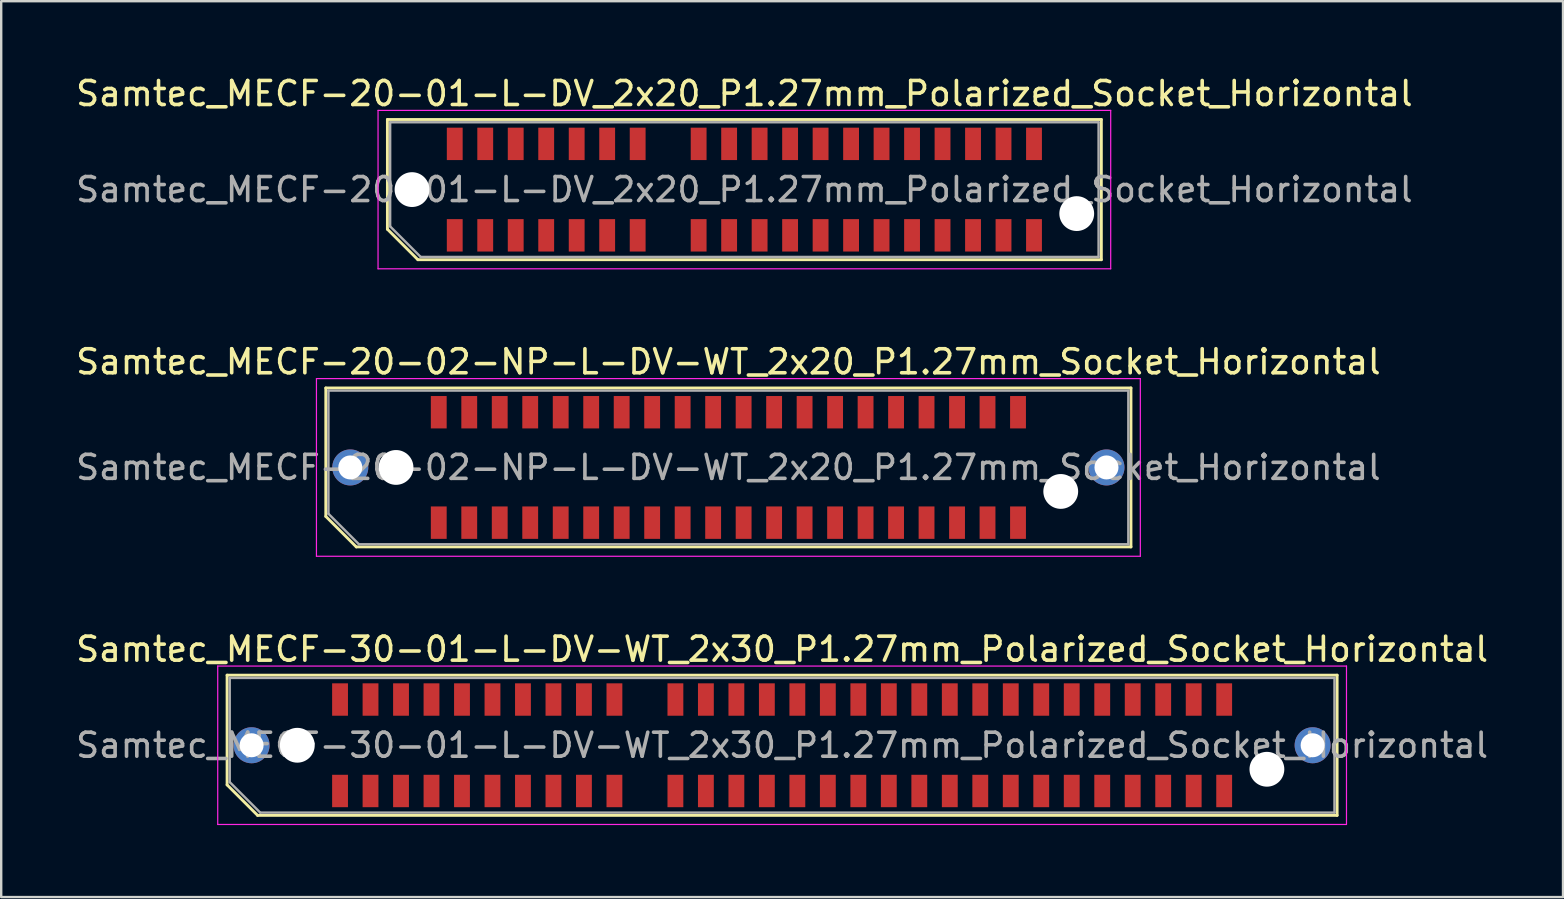
<source format=kicad_pcb>
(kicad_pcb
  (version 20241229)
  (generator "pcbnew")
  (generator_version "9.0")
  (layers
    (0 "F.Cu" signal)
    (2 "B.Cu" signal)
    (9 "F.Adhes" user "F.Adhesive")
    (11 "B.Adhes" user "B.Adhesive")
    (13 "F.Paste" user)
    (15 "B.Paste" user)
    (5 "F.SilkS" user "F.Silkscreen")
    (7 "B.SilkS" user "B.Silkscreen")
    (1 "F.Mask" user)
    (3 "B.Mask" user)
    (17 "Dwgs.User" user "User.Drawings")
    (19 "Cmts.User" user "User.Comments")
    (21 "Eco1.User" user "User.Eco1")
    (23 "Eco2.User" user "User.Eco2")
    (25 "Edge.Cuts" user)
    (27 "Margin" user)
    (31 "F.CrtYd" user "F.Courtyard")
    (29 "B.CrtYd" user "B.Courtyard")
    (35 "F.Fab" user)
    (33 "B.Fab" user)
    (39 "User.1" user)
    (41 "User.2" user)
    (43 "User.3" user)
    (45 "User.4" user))
  (footprint "Samtec_MECF-30-01-L-DV-WT_2x30_P1.27mm_Polarized_Socket_Horizontal"
    (layer "F.Cu")
    (at 29.53 27.995)
    (property "Reference" "Samtec_MECF-30-01-L-DV-WT_2x30_P1.27mm_Polarized_Socket_Horizontal" (at 0 -4 0) (layer "F.SilkS") (effects (font (size 1 1) (thickness 0.15))))
    (attr smd)
    (fp_line (start -23.12 -2.92) (end 23.12 -2.92) (stroke (width 0.12) (type solid)) (layer "F.SilkS"))
    (fp_line (start -23.12 1.65) (end -23.12 -2.92) (stroke (width 0.12) (type solid)) (layer "F.SilkS"))
    (fp_line (start -21.85 2.92) (end -23.12 1.65) (stroke (width 0.12) (type solid)) (layer "F.SilkS"))
    (fp_line (start -21.85 2.92) (end 23.12 2.92) (stroke (width 0.12) (type solid)) (layer "F.SilkS"))
    (fp_line (start 23.12 2.92) (end 23.12 -2.92) (stroke (width 0.12) (type solid)) (layer "F.SilkS"))
    (fp_line (start -23.51 -3.3) (end -23.51 3.3) (stroke (width 0.05) (type solid)) (layer "F.CrtYd"))
    (fp_line (start -23.51 3.3) (end 23.51 3.3) (stroke (width 0.05) (type solid)) (layer "F.CrtYd"))
    (fp_line (start 23.51 -3.3) (end -23.51 -3.3) (stroke (width 0.05) (type solid)) (layer "F.CrtYd"))
    (fp_line (start 23.51 3.3) (end 23.51 -3.3) (stroke (width 0.05) (type solid)) (layer "F.CrtYd"))
    (fp_line (start -23.01 -2.805) (end 23.01 -2.805) (stroke (width 0.1) (type solid)) (layer "F.Fab"))
    (fp_line (start -23.01 1.535) (end -23.01 -2.805) (stroke (width 0.1) (type solid)) (layer "F.Fab"))
    (fp_line (start -23.01 1.535) (end -21.74 2.805) (stroke (width 0.1) (type solid)) (layer "F.Fab"))
    (fp_line (start -21.74 2.805) (end 23.01 2.805) (stroke (width 0.1) (type solid)) (layer "F.Fab"))
    (fp_line (start 23.01 2.805) (end 23.01 -2.805) (stroke (width 0.1) (type solid)) (layer "F.Fab"))
    (fp_text user "${REFERENCE}" (at 0 0 0) (layer "F.Fab") (effects (font (size 1 1) (thickness 0.15))))
    (pad "" thru_hole circle (at -22.1 0) (size 1.5 1.5) (drill 1) (layers "*.Cu" "*.Mask"))
    (pad "" np_thru_hole circle (at -20.195 0) (size 1.45 1.45) (drill 1.45) (layers "*.Cu" "*.Mask"))
    (pad "" np_thru_hole circle (at 20.195 1) (size 1.45 1.45) (drill 1.45) (layers "*.Cu" "*.Mask"))
    (pad "" thru_hole circle (at 22.1 0) (size 1.5 1.5) (drill 1) (layers "*.Cu" "*.Mask"))
    (pad "1" smd rect (at -18.415 1.905) (size 0.66 1.35) (layers "F.Cu" "F.Mask" "F.Paste"))
    (pad "2" smd rect (at -18.415 -1.905) (size 0.66 1.35) (layers "F.Cu" "F.Mask" "F.Paste"))
    (pad "3" smd rect (at -17.145 1.905) (size 0.66 1.35) (layers "F.Cu" "F.Mask" "F.Paste"))
    (pad "4" smd rect (at -17.145 -1.905) (size 0.66 1.35) (layers "F.Cu" "F.Mask" "F.Paste"))
    (pad "5" smd rect (at -15.875 1.905) (size 0.66 1.35) (layers "F.Cu" "F.Mask" "F.Paste"))
    (pad "6" smd rect (at -15.875 -1.905) (size 0.66 1.35) (layers "F.Cu" "F.Mask" "F.Paste"))
    (pad "7" smd rect (at -14.605 1.905) (size 0.66 1.35) (layers "F.Cu" "F.Mask" "F.Paste"))
    (pad "8" smd rect (at -14.605 -1.905) (size 0.66 1.35) (layers "F.Cu" "F.Mask" "F.Paste"))
    (pad "9" smd rect (at -13.335 1.905) (size 0.66 1.35) (layers "F.Cu" "F.Mask" "F.Paste"))
    (pad "10" smd rect (at -13.335 -1.905) (size 0.66 1.35) (layers "F.Cu" "F.Mask" "F.Paste"))
    (pad "11" smd rect (at -12.065 1.905) (size 0.66 1.35) (layers "F.Cu" "F.Mask" "F.Paste"))
    (pad "12" smd rect (at -12.065 -1.905) (size 0.66 1.35) (layers "F.Cu" "F.Mask" "F.Paste"))
    (pad "13" smd rect (at -10.795 1.905) (size 0.66 1.35) (layers "F.Cu" "F.Mask" "F.Paste"))
    (pad "14" smd rect (at -10.795 -1.905) (size 0.66 1.35) (layers "F.Cu" "F.Mask" "F.Paste"))
    (pad "15" smd rect (at -9.525 1.905) (size 0.66 1.35) (layers "F.Cu" "F.Mask" "F.Paste"))
    (pad "16" smd rect (at -9.525 -1.905) (size 0.66 1.35) (layers "F.Cu" "F.Mask" "F.Paste"))
    (pad "17" smd rect (at -8.255 1.905) (size 0.66 1.35) (layers "F.Cu" "F.Mask" "F.Paste"))
    (pad "18" smd rect (at -8.255 -1.905) (size 0.66 1.35) (layers "F.Cu" "F.Mask" "F.Paste"))
    (pad "19" smd rect (at -6.985 1.905) (size 0.66 1.35) (layers "F.Cu" "F.Mask" "F.Paste"))
    (pad "20" smd rect (at -6.985 -1.905) (size 0.66 1.35) (layers "F.Cu" "F.Mask" "F.Paste"))
    (pad "23" smd rect (at -4.445 1.905) (size 0.66 1.35) (layers "F.Cu" "F.Mask" "F.Paste"))
    (pad "24" smd rect (at -4.445 -1.905) (size 0.66 1.35) (layers "F.Cu" "F.Mask" "F.Paste"))
    (pad "25" smd rect (at -3.175 1.905) (size 0.66 1.35) (layers "F.Cu" "F.Mask" "F.Paste"))
    (pad "26" smd rect (at -3.175 -1.905) (size 0.66 1.35) (layers "F.Cu" "F.Mask" "F.Paste"))
    (pad "27" smd rect (at -1.905 1.905) (size 0.66 1.35) (layers "F.Cu" "F.Mask" "F.Paste"))
    (pad "28" smd rect (at -1.905 -1.905) (size 0.66 1.35) (layers "F.Cu" "F.Mask" "F.Paste"))
    (pad "29" smd rect (at -0.635 1.905) (size 0.66 1.35) (layers "F.Cu" "F.Mask" "F.Paste"))
    (pad "30" smd rect (at -0.635 -1.905) (size 0.66 1.35) (layers "F.Cu" "F.Mask" "F.Paste"))
    (pad "31" smd rect (at 0.635 1.905) (size 0.66 1.35) (layers "F.Cu" "F.Mask" "F.Paste"))
    (pad "32" smd rect (at 0.635 -1.905) (size 0.66 1.35) (layers "F.Cu" "F.Mask" "F.Paste"))
    (pad "33" smd rect (at 1.905 1.905) (size 0.66 1.35) (layers "F.Cu" "F.Mask" "F.Paste"))
    (pad "34" smd rect (at 1.905 -1.905) (size 0.66 1.35) (layers "F.Cu" "F.Mask" "F.Paste"))
    (pad "35" smd rect (at 3.175 1.905) (size 0.66 1.35) (layers "F.Cu" "F.Mask" "F.Paste"))
    (pad "36" smd rect (at 3.175 -1.905) (size 0.66 1.35) (layers "F.Cu" "F.Mask" "F.Paste"))
    (pad "37" smd rect (at 4.445 1.905) (size 0.66 1.35) (layers "F.Cu" "F.Mask" "F.Paste"))
    (pad "38" smd rect (at 4.445 -1.905) (size 0.66 1.35) (layers "F.Cu" "F.Mask" "F.Paste"))
    (pad "39" smd rect (at 5.715 1.905) (size 0.66 1.35) (layers "F.Cu" "F.Mask" "F.Paste"))
    (pad "40" smd rect (at 5.715 -1.905) (size 0.66 1.35) (layers "F.Cu" "F.Mask" "F.Paste"))
    (pad "41" smd rect (at 6.985 1.905) (size 0.66 1.35) (layers "F.Cu" "F.Mask" "F.Paste"))
    (pad "42" smd rect (at 6.985 -1.905) (size 0.66 1.35) (layers "F.Cu" "F.Mask" "F.Paste"))
    (pad "43" smd rect (at 8.255 1.905) (size 0.66 1.35) (layers "F.Cu" "F.Mask" "F.Paste"))
    (pad "44" smd rect (at 8.255 -1.905) (size 0.66 1.35) (layers "F.Cu" "F.Mask" "F.Paste"))
    (pad "45" smd rect (at 9.525 1.905) (size 0.66 1.35) (layers "F.Cu" "F.Mask" "F.Paste"))
    (pad "46" smd rect (at 9.525 -1.905) (size 0.66 1.35) (layers "F.Cu" "F.Mask" "F.Paste"))
    (pad "47" smd rect (at 10.795 1.905) (size 0.66 1.35) (layers "F.Cu" "F.Mask" "F.Paste"))
    (pad "48" smd rect (at 10.795 -1.905) (size 0.66 1.35) (layers "F.Cu" "F.Mask" "F.Paste"))
    (pad "49" smd rect (at 12.065 1.905) (size 0.66 1.35) (layers "F.Cu" "F.Mask" "F.Paste"))
    (pad "50" smd rect (at 12.065 -1.905) (size 0.66 1.35) (layers "F.Cu" "F.Mask" "F.Paste"))
    (pad "51" smd rect (at 13.335 1.905) (size 0.66 1.35) (layers "F.Cu" "F.Mask" "F.Paste"))
    (pad "52" smd rect (at 13.335 -1.905) (size 0.66 1.35) (layers "F.Cu" "F.Mask" "F.Paste"))
    (pad "53" smd rect (at 14.605 1.905) (size 0.66 1.35) (layers "F.Cu" "F.Mask" "F.Paste"))
    (pad "54" smd rect (at 14.605 -1.905) (size 0.66 1.35) (layers "F.Cu" "F.Mask" "F.Paste"))
    (pad "55" smd rect (at 15.875 1.905) (size 0.66 1.35) (layers "F.Cu" "F.Mask" "F.Paste"))
    (pad "56" smd rect (at 15.875 -1.905) (size 0.66 1.35) (layers "F.Cu" "F.Mask" "F.Paste"))
    (pad "57" smd rect (at 17.145 1.905) (size 0.66 1.35) (layers "F.Cu" "F.Mask" "F.Paste"))
    (pad "58" smd rect (at 17.145 -1.905) (size 0.66 1.35) (layers "F.Cu" "F.Mask" "F.Paste"))
    (pad "59" smd rect (at 18.415 1.905) (size 0.66 1.35) (layers "F.Cu" "F.Mask" "F.Paste"))
    (pad "60" smd rect (at 18.415 -1.905) (size 0.66 1.35) (layers "F.Cu" "F.Mask" "F.Paste")))
  (footprint "Samtec_MECF-20-02-NP-L-DV-WT_2x20_P1.27mm_Socket_Horizontal"
    (layer "F.Cu")
    (at 27.292 16.422)
    (property "Reference" "Samtec_MECF-20-02-NP-L-DV-WT_2x20_P1.27mm_Socket_Horizontal" (at 0 -4.4 0) (layer "F.SilkS") (effects (font (size 1 1) (thickness 0.15))))
    (attr smd)
    (fp_line (start -16.77 -3.31) (end 16.77 -3.31) (stroke (width 0.12) (type solid)) (layer "F.SilkS"))
    (fp_line (start -16.77 2.04) (end -16.77 -3.31) (stroke (width 0.12) (type solid)) (layer "F.SilkS"))
    (fp_line (start -15.5 3.31) (end -16.77 2.04) (stroke (width 0.12) (type solid)) (layer "F.SilkS"))
    (fp_line (start -15.5 3.31) (end 16.77 3.31) (stroke (width 0.12) (type solid)) (layer "F.SilkS"))
    (fp_line (start 16.77 3.31) (end 16.77 -3.31) (stroke (width 0.12) (type solid)) (layer "F.SilkS"))
    (fp_line (start -17.16 -3.7) (end -17.16 3.7) (stroke (width 0.05) (type solid)) (layer "F.CrtYd"))
    (fp_line (start -17.16 3.7) (end 17.16 3.7) (stroke (width 0.05) (type solid)) (layer "F.CrtYd"))
    (fp_line (start 17.16 -3.7) (end -17.16 -3.7) (stroke (width 0.05) (type solid)) (layer "F.CrtYd"))
    (fp_line (start 17.16 3.7) (end 17.16 -3.7) (stroke (width 0.05) (type solid)) (layer "F.CrtYd"))
    (fp_line (start -16.66 -3.2) (end 16.66 -3.2) (stroke (width 0.1) (type solid)) (layer "F.Fab"))
    (fp_line (start -16.66 1.93) (end -16.66 -3.2) (stroke (width 0.1) (type solid)) (layer "F.Fab"))
    (fp_line (start -16.66 1.93) (end -15.39 3.2) (stroke (width 0.1) (type solid)) (layer "F.Fab"))
    (fp_line (start -15.39 3.2) (end 16.66 3.2) (stroke (width 0.1) (type solid)) (layer "F.Fab"))
    (fp_line (start 16.66 3.2) (end 16.66 -3.2) (stroke (width 0.1) (type solid)) (layer "F.Fab"))
    (fp_text user "${REFERENCE}" (at 0 0 0) (layer "F.Fab") (effects (font (size 1 1) (thickness 0.15))))
    (pad "" thru_hole circle (at -15.75 0) (size 1.5 1.5) (drill 1) (layers "*.Cu" "*.Mask"))
    (pad "" np_thru_hole circle (at -13.845 0) (size 1.45 1.45) (drill 1.45) (layers "*.Cu" "*.Mask"))
    (pad "" np_thru_hole circle (at 13.845 1) (size 1.45 1.45) (drill 1.45) (layers "*.Cu" "*.Mask"))
    (pad "" thru_hole circle (at 15.75 0) (size 1.5 1.5) (drill 1) (layers "*.Cu" "*.Mask"))
    (pad "1" smd rect (at -12.065 2.3) (size 0.66 1.35) (layers "F.Cu" "F.Mask" "F.Paste"))
    (pad "2" smd rect (at -12.065 -2.3) (size 0.66 1.35) (layers "F.Cu" "F.Mask" "F.Paste"))
    (pad "3" smd rect (at -10.795 2.3) (size 0.66 1.35) (layers "F.Cu" "F.Mask" "F.Paste"))
    (pad "4" smd rect (at -10.795 -2.3) (size 0.66 1.35) (layers "F.Cu" "F.Mask" "F.Paste"))
    (pad "5" smd rect (at -9.525 2.3) (size 0.66 1.35) (layers "F.Cu" "F.Mask" "F.Paste"))
    (pad "6" smd rect (at -9.525 -2.3) (size 0.66 1.35) (layers "F.Cu" "F.Mask" "F.Paste"))
    (pad "7" smd rect (at -8.255 2.3) (size 0.66 1.35) (layers "F.Cu" "F.Mask" "F.Paste"))
    (pad "8" smd rect (at -8.255 -2.3) (size 0.66 1.35) (layers "F.Cu" "F.Mask" "F.Paste"))
    (pad "9" smd rect (at -6.985 2.3) (size 0.66 1.35) (layers "F.Cu" "F.Mask" "F.Paste"))
    (pad "10" smd rect (at -6.985 -2.3) (size 0.66 1.35) (layers "F.Cu" "F.Mask" "F.Paste"))
    (pad "11" smd rect (at -5.715 2.3) (size 0.66 1.35) (layers "F.Cu" "F.Mask" "F.Paste"))
    (pad "12" smd rect (at -5.715 -2.3) (size 0.66 1.35) (layers "F.Cu" "F.Mask" "F.Paste"))
    (pad "13" smd rect (at -4.445 2.3) (size 0.66 1.35) (layers "F.Cu" "F.Mask" "F.Paste"))
    (pad "14" smd rect (at -4.445 -2.3) (size 0.66 1.35) (layers "F.Cu" "F.Mask" "F.Paste"))
    (pad "15" smd rect (at -3.175 2.3) (size 0.66 1.35) (layers "F.Cu" "F.Mask" "F.Paste"))
    (pad "16" smd rect (at -3.175 -2.3) (size 0.66 1.35) (layers "F.Cu" "F.Mask" "F.Paste"))
    (pad "17" smd rect (at -1.905 2.3) (size 0.66 1.35) (layers "F.Cu" "F.Mask" "F.Paste"))
    (pad "18" smd rect (at -1.905 -2.3) (size 0.66 1.35) (layers "F.Cu" "F.Mask" "F.Paste"))
    (pad "19" smd rect (at -0.635 2.3) (size 0.66 1.35) (layers "F.Cu" "F.Mask" "F.Paste"))
    (pad "20" smd rect (at -0.635 -2.3) (size 0.66 1.35) (layers "F.Cu" "F.Mask" "F.Paste"))
    (pad "21" smd rect (at 0.635 2.3) (size 0.66 1.35) (layers "F.Cu" "F.Mask" "F.Paste"))
    (pad "22" smd rect (at 0.635 -2.3) (size 0.66 1.35) (layers "F.Cu" "F.Mask" "F.Paste"))
    (pad "23" smd rect (at 1.905 2.3) (size 0.66 1.35) (layers "F.Cu" "F.Mask" "F.Paste"))
    (pad "24" smd rect (at 1.905 -2.3) (size 0.66 1.35) (layers "F.Cu" "F.Mask" "F.Paste"))
    (pad "25" smd rect (at 3.175 2.3) (size 0.66 1.35) (layers "F.Cu" "F.Mask" "F.Paste"))
    (pad "26" smd rect (at 3.175 -2.3) (size 0.66 1.35) (layers "F.Cu" "F.Mask" "F.Paste"))
    (pad "27" smd rect (at 4.445 2.3) (size 0.66 1.35) (layers "F.Cu" "F.Mask" "F.Paste"))
    (pad "28" smd rect (at 4.445 -2.3) (size 0.66 1.35) (layers "F.Cu" "F.Mask" "F.Paste"))
    (pad "29" smd rect (at 5.715 2.3) (size 0.66 1.35) (layers "F.Cu" "F.Mask" "F.Paste"))
    (pad "30" smd rect (at 5.715 -2.3) (size 0.66 1.35) (layers "F.Cu" "F.Mask" "F.Paste"))
    (pad "31" smd rect (at 6.985 2.3) (size 0.66 1.35) (layers "F.Cu" "F.Mask" "F.Paste"))
    (pad "32" smd rect (at 6.985 -2.3) (size 0.66 1.35) (layers "F.Cu" "F.Mask" "F.Paste"))
    (pad "33" smd rect (at 8.255 2.3) (size 0.66 1.35) (layers "F.Cu" "F.Mask" "F.Paste"))
    (pad "34" smd rect (at 8.255 -2.3) (size 0.66 1.35) (layers "F.Cu" "F.Mask" "F.Paste"))
    (pad "35" smd rect (at 9.525 2.3) (size 0.66 1.35) (layers "F.Cu" "F.Mask" "F.Paste"))
    (pad "36" smd rect (at 9.525 -2.3) (size 0.66 1.35) (layers "F.Cu" "F.Mask" "F.Paste"))
    (pad "37" smd rect (at 10.795 2.3) (size 0.66 1.35) (layers "F.Cu" "F.Mask" "F.Paste"))
    (pad "38" smd rect (at 10.795 -2.3) (size 0.66 1.35) (layers "F.Cu" "F.Mask" "F.Paste"))
    (pad "39" smd rect (at 12.065 2.3) (size 0.66 1.35) (layers "F.Cu" "F.Mask" "F.Paste"))
    (pad "40" smd rect (at 12.065 -2.3) (size 0.66 1.35) (layers "F.Cu" "F.Mask" "F.Paste")))
  (footprint "Samtec_MECF-20-01-L-DV_2x20_P1.27mm_Polarized_Socket_Horizontal"
    (layer "F.Cu")
    (at 27.958 4.848)
    (property "Reference" "Samtec_MECF-20-01-L-DV_2x20_P1.27mm_Polarized_Socket_Horizontal" (at 0 -4 0) (layer "F.SilkS") (effects (font (size 1 1) (thickness 0.15))))
    (attr smd)
    (fp_line (start -14.87 -2.92) (end 14.87 -2.92) (stroke (width 0.12) (type solid)) (layer "F.SilkS"))
    (fp_line (start -14.87 1.65) (end -14.87 -2.92) (stroke (width 0.12) (type solid)) (layer "F.SilkS"))
    (fp_line (start -13.6 2.92) (end -14.87 1.65) (stroke (width 0.12) (type solid)) (layer "F.SilkS"))
    (fp_line (start -13.6 2.92) (end 14.87 2.92) (stroke (width 0.12) (type solid)) (layer "F.SilkS"))
    (fp_line (start 14.87 2.92) (end 14.87 -2.92) (stroke (width 0.12) (type solid)) (layer "F.SilkS"))
    (fp_line (start -15.26 -3.3) (end -15.26 3.3) (stroke (width 0.05) (type solid)) (layer "F.CrtYd"))
    (fp_line (start -15.26 3.3) (end 15.26 3.3) (stroke (width 0.05) (type solid)) (layer "F.CrtYd"))
    (fp_line (start 15.26 -3.3) (end -15.26 -3.3) (stroke (width 0.05) (type solid)) (layer "F.CrtYd"))
    (fp_line (start 15.26 3.3) (end 15.26 -3.3) (stroke (width 0.05) (type solid)) (layer "F.CrtYd"))
    (fp_line (start -14.755 -2.805) (end 14.755 -2.805) (stroke (width 0.1) (type solid)) (layer "F.Fab"))
    (fp_line (start -14.755 1.535) (end -14.755 -2.805) (stroke (width 0.1) (type solid)) (layer "F.Fab"))
    (fp_line (start -14.755 1.535) (end -13.485 2.805) (stroke (width 0.1) (type solid)) (layer "F.Fab"))
    (fp_line (start -13.485 2.805) (end 14.755 2.805) (stroke (width 0.1) (type solid)) (layer "F.Fab"))
    (fp_line (start 14.755 2.805) (end 14.755 -2.805) (stroke (width 0.1) (type solid)) (layer "F.Fab"))
    (fp_text user "${REFERENCE}" (at 0 0 0) (layer "F.Fab") (effects (font (size 1 1) (thickness 0.15))))
    (pad "" np_thru_hole circle (at -13.845 0) (size 1.45 1.45) (drill 1.45) (layers "*.Cu" "*.Mask"))
    (pad "" np_thru_hole circle (at 13.845 1) (size 1.45 1.45) (drill 1.45) (layers "*.Cu" "*.Mask"))
    (pad "1" smd rect (at -12.065 1.905) (size 0.66 1.35) (layers "F.Cu" "F.Mask" "F.Paste"))
    (pad "2" smd rect (at -12.065 -1.905) (size 0.66 1.35) (layers "F.Cu" "F.Mask" "F.Paste"))
    (pad "3" smd rect (at -10.795 1.905) (size 0.66 1.35) (layers "F.Cu" "F.Mask" "F.Paste"))
    (pad "4" smd rect (at -10.795 -1.905) (size 0.66 1.35) (layers "F.Cu" "F.Mask" "F.Paste"))
    (pad "5" smd rect (at -9.525 1.905) (size 0.66 1.35) (layers "F.Cu" "F.Mask" "F.Paste"))
    (pad "6" smd rect (at -9.525 -1.905) (size 0.66 1.35) (layers "F.Cu" "F.Mask" "F.Paste"))
    (pad "7" smd rect (at -8.255 1.905) (size 0.66 1.35) (layers "F.Cu" "F.Mask" "F.Paste"))
    (pad "8" smd rect (at -8.255 -1.905) (size 0.66 1.35) (layers "F.Cu" "F.Mask" "F.Paste"))
    (pad "9" smd rect (at -6.985 1.905) (size 0.66 1.35) (layers "F.Cu" "F.Mask" "F.Paste"))
    (pad "10" smd rect (at -6.985 -1.905) (size 0.66 1.35) (layers "F.Cu" "F.Mask" "F.Paste"))
    (pad "11" smd rect (at -5.715 1.905) (size 0.66 1.35) (layers "F.Cu" "F.Mask" "F.Paste"))
    (pad "12" smd rect (at -5.715 -1.905) (size 0.66 1.35) (layers "F.Cu" "F.Mask" "F.Paste"))
    (pad "13" smd rect (at -4.445 1.905) (size 0.66 1.35) (layers "F.Cu" "F.Mask" "F.Paste"))
    (pad "14" smd rect (at -4.445 -1.905) (size 0.66 1.35) (layers "F.Cu" "F.Mask" "F.Paste"))
    (pad "17" smd rect (at -1.905 1.905) (size 0.66 1.35) (layers "F.Cu" "F.Mask" "F.Paste"))
    (pad "18" smd rect (at -1.905 -1.905) (size 0.66 1.35) (layers "F.Cu" "F.Mask" "F.Paste"))
    (pad "19" smd rect (at -0.635 1.905) (size 0.66 1.35) (layers "F.Cu" "F.Mask" "F.Paste"))
    (pad "20" smd rect (at -0.635 -1.905) (size 0.66 1.35) (layers "F.Cu" "F.Mask" "F.Paste"))
    (pad "21" smd rect (at 0.635 1.905) (size 0.66 1.35) (layers "F.Cu" "F.Mask" "F.Paste"))
    (pad "22" smd rect (at 0.635 -1.905) (size 0.66 1.35) (layers "F.Cu" "F.Mask" "F.Paste"))
    (pad "23" smd rect (at 1.905 1.905) (size 0.66 1.35) (layers "F.Cu" "F.Mask" "F.Paste"))
    (pad "24" smd rect (at 1.905 -1.905) (size 0.66 1.35) (layers "F.Cu" "F.Mask" "F.Paste"))
    (pad "25" smd rect (at 3.175 1.905) (size 0.66 1.35) (layers "F.Cu" "F.Mask" "F.Paste"))
    (pad "26" smd rect (at 3.175 -1.905) (size 0.66 1.35) (layers "F.Cu" "F.Mask" "F.Paste"))
    (pad "27" smd rect (at 4.445 1.905) (size 0.66 1.35) (layers "F.Cu" "F.Mask" "F.Paste"))
    (pad "28" smd rect (at 4.445 -1.905) (size 0.66 1.35) (layers "F.Cu" "F.Mask" "F.Paste"))
    (pad "29" smd rect (at 5.715 1.905) (size 0.66 1.35) (layers "F.Cu" "F.Mask" "F.Paste"))
    (pad "30" smd rect (at 5.715 -1.905) (size 0.66 1.35) (layers "F.Cu" "F.Mask" "F.Paste"))
    (pad "31" smd rect (at 6.985 1.905) (size 0.66 1.35) (layers "F.Cu" "F.Mask" "F.Paste"))
    (pad "32" smd rect (at 6.985 -1.905) (size 0.66 1.35) (layers "F.Cu" "F.Mask" "F.Paste"))
    (pad "33" smd rect (at 8.255 1.905) (size 0.66 1.35) (layers "F.Cu" "F.Mask" "F.Paste"))
    (pad "34" smd rect (at 8.255 -1.905) (size 0.66 1.35) (layers "F.Cu" "F.Mask" "F.Paste"))
    (pad "35" smd rect (at 9.525 1.905) (size 0.66 1.35) (layers "F.Cu" "F.Mask" "F.Paste"))
    (pad "36" smd rect (at 9.525 -1.905) (size 0.66 1.35) (layers "F.Cu" "F.Mask" "F.Paste"))
    (pad "37" smd rect (at 10.795 1.905) (size 0.66 1.35) (layers "F.Cu" "F.Mask" "F.Paste"))
    (pad "38" smd rect (at 10.795 -1.905) (size 0.66 1.35) (layers "F.Cu" "F.Mask" "F.Paste"))
    (pad "39" smd rect (at 12.065 1.905) (size 0.66 1.35) (layers "F.Cu" "F.Mask" "F.Paste"))
    (pad "40" smd rect (at 12.065 -1.905) (size 0.66 1.35) (layers "F.Cu" "F.Mask" "F.Paste")))
  (gr_rect
    (start -3 -3)
    (end 62.06 34.32)
    (stroke (width 0.1) (type default))
    (fill no)
    (layer "Edge.Cuts")))
</source>
